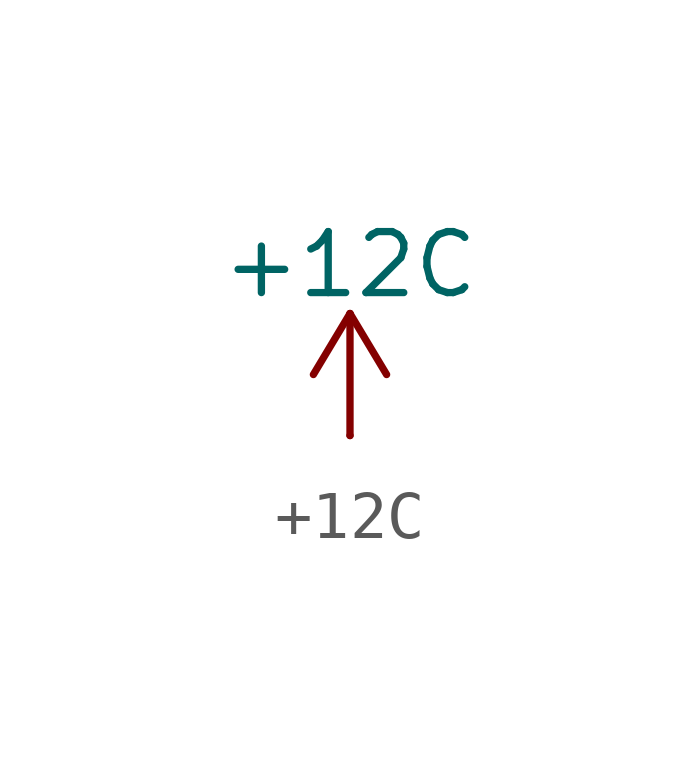
<source format=kicad_sym>
(kicad_symbol_lib
  (version 20231120)
  (generator "kicad_symbol_editor")
  (generator_version "8.0")
  (symbol "+12C"
    (power)
    (pin_numbers hide)
    (pin_names
      (offset 0) hide)
    (property "Reference" "#PWR"
      (at 0 -3.81 0)
      (effects (font (size 1.27 1.27)) (hide yes)))
    (property "Value" "+12C"
      (at 0 3.556 0)
      (effects (font (size 1.27 1.27))))
    (symbol "+12C_0_1"
      (polyline (pts (xy -0.762 1.27) (xy 0 2.54)) (stroke (width 0) (type default)) (fill (type none)))
      (polyline (pts (xy 0 0) (xy 0 2.54)) (stroke (width 0) (type default)) (fill (type none)))
      (polyline (pts (xy 0 2.54) (xy 0.762 1.27)) (stroke (width 0) (type default)) (fill (type none))))
    (symbol "+12C_1_1"
      (pin power_in line (at 0 0 90) (length 0) (name "~" (effects (font (size 1.27 1.27)))) (number "1" (effects (font (size 1.27 1.27))))))))
</source>
